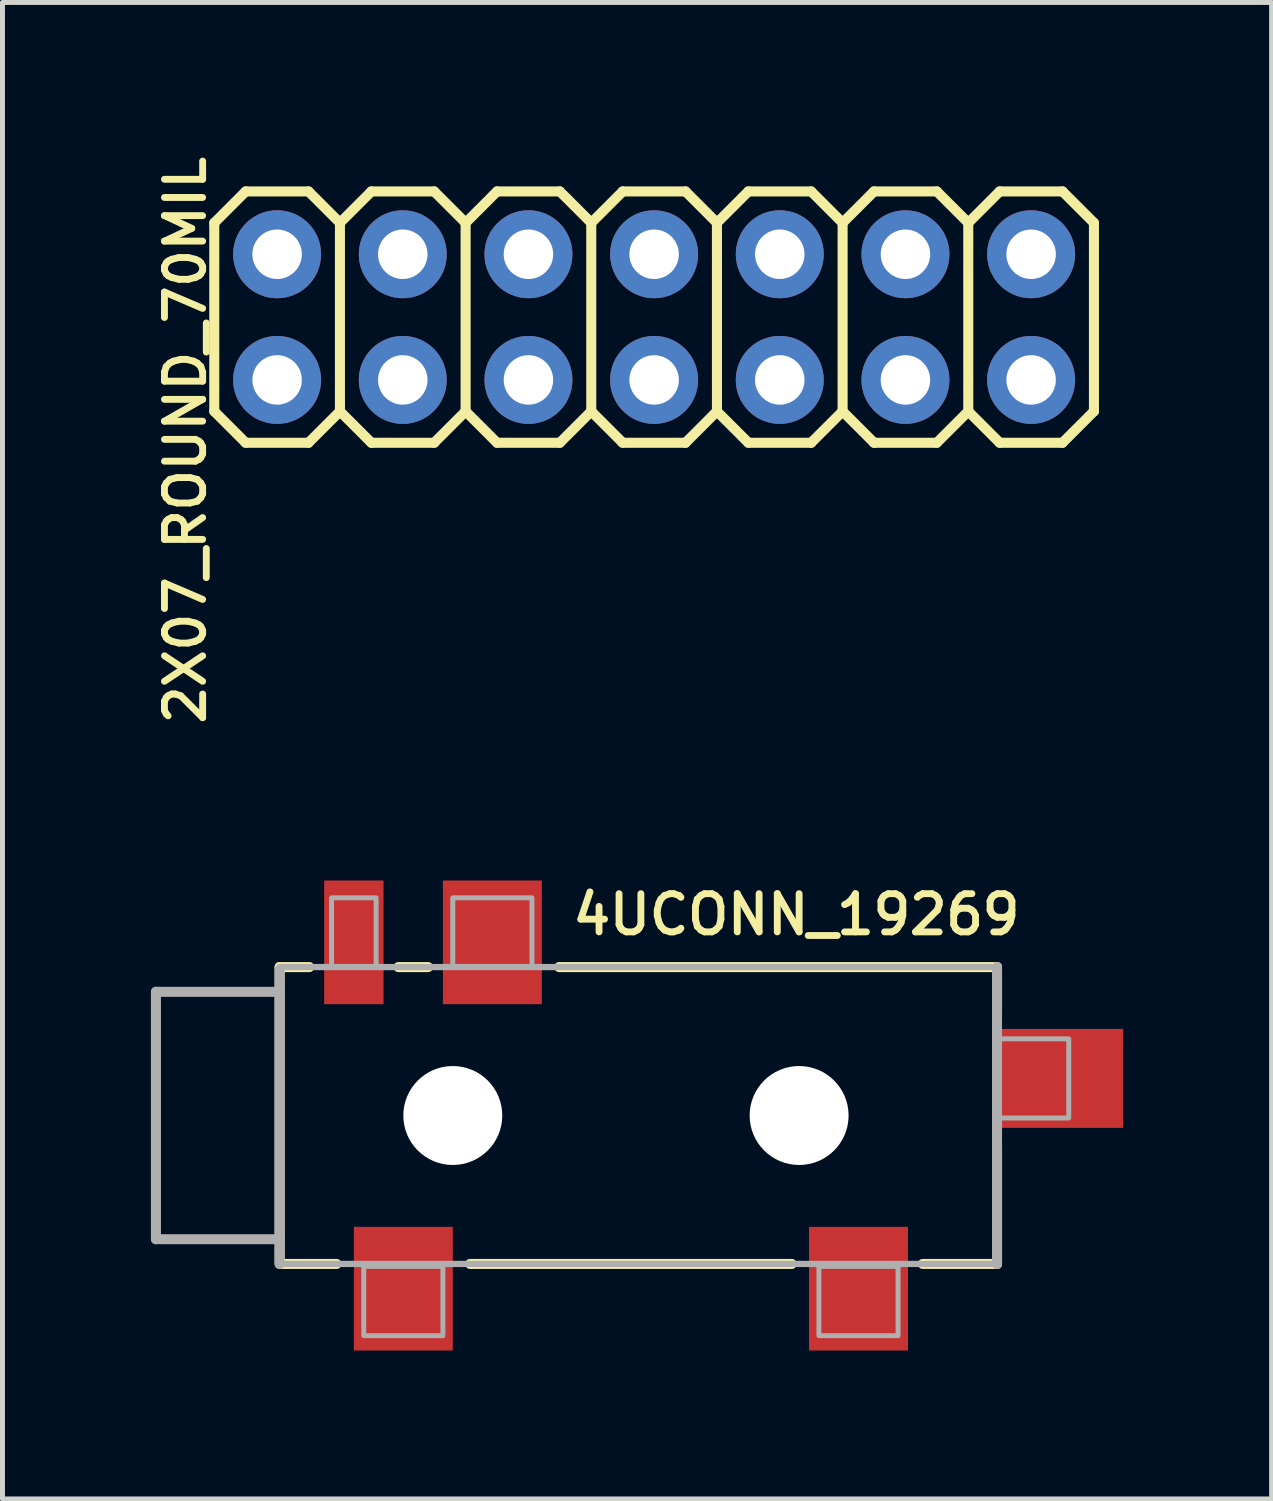
<source format=kicad_pcb>
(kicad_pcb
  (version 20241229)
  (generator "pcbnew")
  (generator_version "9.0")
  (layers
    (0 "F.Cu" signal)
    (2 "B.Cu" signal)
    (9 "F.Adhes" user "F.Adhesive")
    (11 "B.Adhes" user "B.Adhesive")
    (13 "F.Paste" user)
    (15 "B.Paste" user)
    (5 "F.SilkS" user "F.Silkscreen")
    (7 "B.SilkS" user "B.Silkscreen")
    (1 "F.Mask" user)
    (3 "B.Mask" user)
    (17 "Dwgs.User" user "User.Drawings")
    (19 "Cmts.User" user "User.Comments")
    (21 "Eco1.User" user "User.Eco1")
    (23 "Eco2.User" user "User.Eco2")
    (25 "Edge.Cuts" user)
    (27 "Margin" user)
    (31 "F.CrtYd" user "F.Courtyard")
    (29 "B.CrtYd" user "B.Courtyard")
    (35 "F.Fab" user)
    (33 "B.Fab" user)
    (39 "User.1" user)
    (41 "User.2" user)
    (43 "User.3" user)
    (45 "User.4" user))
  (footprint "2X07_ROUND_70MIL"
    (layer "F.Cu")
    (at 10.171 3.359)
    (property "Reference" "2X07_ROUND_70MIL" (at -9.475 2.49 270) (layer "F.SilkS") (effects (font (size 0.772 0.772) (thickness 0.139))))
    (attr through_hole)
    (fp_line (start -8.89 -1.905) (end -8.255 -2.54) (stroke (width 0.203) (type solid)) (layer "F.SilkS"))
    (fp_line (start -8.89 1.905) (end -8.89 -1.905) (stroke (width 0.203) (type solid)) (layer "F.SilkS"))
    (fp_line (start -8.89 1.905) (end -8.255 2.54) (stroke (width 0.203) (type solid)) (layer "F.SilkS"))
    (fp_line (start -8.255 -2.54) (end -6.985 -2.54) (stroke (width 0.203) (type solid)) (layer "F.SilkS"))
    (fp_line (start -8.255 2.54) (end -6.985 2.54) (stroke (width 0.203) (type solid)) (layer "F.SilkS"))
    (fp_line (start -6.985 -2.54) (end -6.35 -1.905) (stroke (width 0.203) (type solid)) (layer "F.SilkS"))
    (fp_line (start -6.985 2.54) (end -6.35 1.905) (stroke (width 0.203) (type solid)) (layer "F.SilkS"))
    (fp_line (start -6.35 -1.905) (end -6.35 1.905) (stroke (width 0.203) (type solid)) (layer "F.SilkS"))
    (fp_line (start -6.35 -1.905) (end -5.715 -2.54) (stroke (width 0.203) (type solid)) (layer "F.SilkS"))
    (fp_line (start -6.35 1.905) (end -5.715 2.54) (stroke (width 0.203) (type solid)) (layer "F.SilkS"))
    (fp_line (start -5.715 -2.54) (end -4.445 -2.54) (stroke (width 0.203) (type solid)) (layer "F.SilkS"))
    (fp_line (start -5.715 2.54) (end -4.445 2.54) (stroke (width 0.203) (type solid)) (layer "F.SilkS"))
    (fp_line (start -4.445 -2.54) (end -3.81 -1.905) (stroke (width 0.203) (type solid)) (layer "F.SilkS"))
    (fp_line (start -4.445 2.54) (end -3.81 1.905) (stroke (width 0.203) (type solid)) (layer "F.SilkS"))
    (fp_line (start -3.81 -1.905) (end -3.81 1.905) (stroke (width 0.203) (type solid)) (layer "F.SilkS"))
    (fp_line (start -3.81 -1.905) (end -3.175 -2.54) (stroke (width 0.203) (type solid)) (layer "F.SilkS"))
    (fp_line (start -3.81 1.905) (end -3.175 2.54) (stroke (width 0.203) (type solid)) (layer "F.SilkS"))
    (fp_line (start -3.175 -2.54) (end -1.905 -2.54) (stroke (width 0.203) (type solid)) (layer "F.SilkS"))
    (fp_line (start -3.175 2.54) (end -1.905 2.54) (stroke (width 0.203) (type solid)) (layer "F.SilkS"))
    (fp_line (start -1.905 -2.54) (end -1.27 -1.905) (stroke (width 0.203) (type solid)) (layer "F.SilkS"))
    (fp_line (start -1.905 2.54) (end -1.27 1.905) (stroke (width 0.203) (type solid)) (layer "F.SilkS"))
    (fp_line (start -1.27 -1.905) (end -1.27 1.905) (stroke (width 0.203) (type solid)) (layer "F.SilkS"))
    (fp_line (start -1.27 -1.905) (end -0.635 -2.54) (stroke (width 0.203) (type solid)) (layer "F.SilkS"))
    (fp_line (start -1.27 1.905) (end -0.635 2.54) (stroke (width 0.203) (type solid)) (layer "F.SilkS"))
    (fp_line (start -0.635 -2.54) (end 0.635 -2.54) (stroke (width 0.203) (type solid)) (layer "F.SilkS"))
    (fp_line (start -0.635 2.54) (end 0.635 2.54) (stroke (width 0.203) (type solid)) (layer "F.SilkS"))
    (fp_line (start 0.635 -2.54) (end 1.27 -1.905) (stroke (width 0.203) (type solid)) (layer "F.SilkS"))
    (fp_line (start 0.635 2.54) (end 1.27 1.905) (stroke (width 0.203) (type solid)) (layer "F.SilkS"))
    (fp_line (start 1.27 -1.905) (end 1.27 1.905) (stroke (width 0.203) (type solid)) (layer "F.SilkS"))
    (fp_line (start 1.27 -1.905) (end 1.905 -2.54) (stroke (width 0.203) (type solid)) (layer "F.SilkS"))
    (fp_line (start 1.27 1.905) (end 1.905 2.54) (stroke (width 0.203) (type solid)) (layer "F.SilkS"))
    (fp_line (start 1.905 -2.54) (end 3.175 -2.54) (stroke (width 0.203) (type solid)) (layer "F.SilkS"))
    (fp_line (start 1.905 2.54) (end 3.175 2.54) (stroke (width 0.203) (type solid)) (layer "F.SilkS"))
    (fp_line (start 3.175 -2.54) (end 3.81 -1.905) (stroke (width 0.203) (type solid)) (layer "F.SilkS"))
    (fp_line (start 3.175 2.54) (end 3.81 1.905) (stroke (width 0.203) (type solid)) (layer "F.SilkS"))
    (fp_line (start 3.81 -1.905) (end 3.81 1.905) (stroke (width 0.203) (type solid)) (layer "F.SilkS"))
    (fp_line (start 3.81 -1.905) (end 4.445 -2.54) (stroke (width 0.203) (type solid)) (layer "F.SilkS"))
    (fp_line (start 3.81 1.905) (end 4.445 2.54) (stroke (width 0.203) (type solid)) (layer "F.SilkS"))
    (fp_line (start 4.445 -2.54) (end 5.715 -2.54) (stroke (width 0.203) (type solid)) (layer "F.SilkS"))
    (fp_line (start 4.445 2.54) (end 5.715 2.54) (stroke (width 0.203) (type solid)) (layer "F.SilkS"))
    (fp_line (start 5.715 -2.54) (end 6.35 -1.905) (stroke (width 0.203) (type solid)) (layer "F.SilkS"))
    (fp_line (start 5.715 2.54) (end 6.35 1.905) (stroke (width 0.203) (type solid)) (layer "F.SilkS"))
    (fp_line (start 6.35 -1.905) (end 6.35 1.905) (stroke (width 0.203) (type solid)) (layer "F.SilkS"))
    (fp_line (start 6.35 -1.905) (end 6.985 -2.54) (stroke (width 0.203) (type solid)) (layer "F.SilkS"))
    (fp_line (start 6.35 1.905) (end 6.985 2.54) (stroke (width 0.203) (type solid)) (layer "F.SilkS"))
    (fp_line (start 6.985 -2.54) (end 8.255 -2.54) (stroke (width 0.203) (type solid)) (layer "F.SilkS"))
    (fp_line (start 6.985 2.54) (end 8.255 2.54) (stroke (width 0.203) (type solid)) (layer "F.SilkS"))
    (fp_line (start 8.255 -2.54) (end 8.89 -1.905) (stroke (width 0.203) (type solid)) (layer "F.SilkS"))
    (fp_line (start 8.255 2.54) (end 8.89 1.905) (stroke (width 0.203) (type solid)) (layer "F.SilkS"))
    (fp_line (start 8.89 -1.905) (end 8.89 1.905) (stroke (width 0.203) (type solid)) (layer "F.SilkS"))
    (fp_poly (pts (xy -7.874 -1.016) (xy -7.366 -1.016) (xy -7.366 -1.524) (xy -7.874 -1.524)) (stroke (width 0.1) (type solid)) (fill no) (layer "F.Fab"))
    (fp_poly (pts (xy -7.874 1.524) (xy -7.366 1.524) (xy -7.366 1.016) (xy -7.874 1.016)) (stroke (width 0.1) (type solid)) (fill no) (layer "F.Fab"))
    (fp_poly (pts (xy -5.334 -1.016) (xy -4.826 -1.016) (xy -4.826 -1.524) (xy -5.334 -1.524)) (stroke (width 0.1) (type solid)) (fill no) (layer "F.Fab"))
    (fp_poly (pts (xy -5.334 1.524) (xy -4.826 1.524) (xy -4.826 1.016) (xy -5.334 1.016)) (stroke (width 0.1) (type solid)) (fill no) (layer "F.Fab"))
    (fp_poly (pts (xy -2.794 -1.016) (xy -2.286 -1.016) (xy -2.286 -1.524) (xy -2.794 -1.524)) (stroke (width 0.1) (type solid)) (fill no) (layer "F.Fab"))
    (fp_poly (pts (xy -2.794 1.524) (xy -2.286 1.524) (xy -2.286 1.016) (xy -2.794 1.016)) (stroke (width 0.1) (type solid)) (fill no) (layer "F.Fab"))
    (fp_poly (pts (xy -0.254 -1.016) (xy 0.254 -1.016) (xy 0.254 -1.524) (xy -0.254 -1.524)) (stroke (width 0.1) (type solid)) (fill no) (layer "F.Fab"))
    (fp_poly (pts (xy -0.254 1.524) (xy 0.254 1.524) (xy 0.254 1.016) (xy -0.254 1.016)) (stroke (width 0.1) (type solid)) (fill no) (layer "F.Fab"))
    (fp_poly (pts (xy 2.286 -1.016) (xy 2.794 -1.016) (xy 2.794 -1.524) (xy 2.286 -1.524)) (stroke (width 0.1) (type solid)) (fill no) (layer "F.Fab"))
    (fp_poly (pts (xy 2.286 1.524) (xy 2.794 1.524) (xy 2.794 1.016) (xy 2.286 1.016)) (stroke (width 0.1) (type solid)) (fill no) (layer "F.Fab"))
    (fp_poly (pts (xy 4.826 -1.016) (xy 5.334 -1.016) (xy 5.334 -1.524) (xy 4.826 -1.524)) (stroke (width 0.1) (type solid)) (fill no) (layer "F.Fab"))
    (fp_poly (pts (xy 4.826 1.524) (xy 5.334 1.524) (xy 5.334 1.016) (xy 4.826 1.016)) (stroke (width 0.1) (type solid)) (fill no) (layer "F.Fab"))
    (fp_poly (pts (xy 7.366 -1.016) (xy 7.874 -1.016) (xy 7.874 -1.524) (xy 7.366 -1.524)) (stroke (width 0.1) (type solid)) (fill no) (layer "F.Fab"))
    (fp_poly (pts (xy 7.366 1.524) (xy 7.874 1.524) (xy 7.874 1.016) (xy 7.366 1.016)) (stroke (width 0.1) (type solid)) (fill no) (layer "F.Fab"))
    (pad "1" thru_hole circle (at -7.62 1.27) (size 1.778 1.778) (drill 1) (layers "*.Cu" "*.Mask"))
    (pad "2" thru_hole circle (at -7.62 -1.27) (size 1.778 1.778) (drill 1) (layers "*.Cu" "*.Mask"))
    (pad "3" thru_hole circle (at -5.08 1.27) (size 1.778 1.778) (drill 1) (layers "*.Cu" "*.Mask"))
    (pad "4" thru_hole circle (at -5.08 -1.27) (size 1.778 1.778) (drill 1) (layers "*.Cu" "*.Mask"))
    (pad "5" thru_hole circle (at -2.54 1.27) (size 1.778 1.778) (drill 1) (layers "*.Cu" "*.Mask"))
    (pad "6" thru_hole circle (at -2.54 -1.27) (size 1.778 1.778) (drill 1) (layers "*.Cu" "*.Mask"))
    (pad "7" thru_hole circle (at 0 1.27) (size 1.778 1.778) (drill 1) (layers "*.Cu" "*.Mask"))
    (pad "8" thru_hole circle (at 0 -1.27) (size 1.778 1.778) (drill 1) (layers "*.Cu" "*.Mask"))
    (pad "9" thru_hole circle (at 2.54 1.27) (size 1.778 1.778) (drill 1) (layers "*.Cu" "*.Mask"))
    (pad "10" thru_hole circle (at 2.54 -1.27) (size 1.778 1.778) (drill 1) (layers "*.Cu" "*.Mask"))
    (pad "11" thru_hole circle (at 5.08 1.27) (size 1.778 1.778) (drill 1) (layers "*.Cu" "*.Mask"))
    (pad "12" thru_hole circle (at 5.08 -1.27) (size 1.778 1.778) (drill 1) (layers "*.Cu" "*.Mask"))
    (pad "13" thru_hole circle (at 7.62 1.27) (size 1.778 1.778) (drill 1) (layers "*.Cu" "*.Mask"))
    (pad "14" thru_hole circle (at 7.62 -1.27) (size 1.778 1.778) (drill 1) (layers "*.Cu" "*.Mask")))
  (footprint "4UCONN_19269"
    (layer "F.Cu")
    (at 2.602 19.497)
    (property "Reference" "4UCONN_19269" (at 5.85 -3.61 0) (layer "F.SilkS") (effects (font (size 0.772 0.772) (thickness 0.139)) (justify left bottom)))
    (attr through_hole)
    (fp_line (start 0 -3) (end 0 3) (stroke (width 0.203) (type solid)) (layer "F.SilkS"))
    (fp_line (start 0 -3) (end 0.6 -3) (stroke (width 0.203) (type solid)) (layer "F.SilkS"))
    (fp_line (start 0.05 3) (end 1.15 3) (stroke (width 0.203) (type solid)) (layer "F.SilkS"))
    (fp_line (start 2.4 -3) (end 3 -3) (stroke (width 0.203) (type solid)) (layer "F.SilkS"))
    (fp_line (start 3.85 3) (end 10.35 3) (stroke (width 0.203) (type solid)) (layer "F.SilkS"))
    (fp_line (start 14.5 -3) (end 5.65 -3) (stroke (width 0.203) (type solid)) (layer "F.SilkS"))
    (fp_line (start 14.5 -3) (end 14.5 -2.1) (stroke (width 0.203) (type solid)) (layer "F.SilkS"))
    (fp_line (start 14.5 3) (end 13 3) (stroke (width 0.203) (type solid)) (layer "F.SilkS"))
    (fp_line (start 14.5 3) (end 14.5 0.6) (stroke (width 0.203) (type solid)) (layer "F.SilkS"))
    (fp_line (start -2.5 -2.5) (end -2.5 2.5) (stroke (width 0.203) (type solid)) (layer "F.Fab"))
    (fp_line (start -2.5 2.5) (end 0 2.5) (stroke (width 0.203) (type solid)) (layer "F.Fab"))
    (fp_line (start 0 -3) (end 14.5 -3) (stroke (width 0.127) (type solid)) (layer "F.Fab"))
    (fp_line (start 0 -2.5) (end -2.5 -2.5) (stroke (width 0.203) (type solid)) (layer "F.Fab"))
    (fp_line (start 0 -2.5) (end 0 -2.95) (stroke (width 0.203) (type solid)) (layer "F.Fab"))
    (fp_line (start 0 2.5) (end 0 -2.5) (stroke (width 0.203) (type solid)) (layer "F.Fab"))
    (fp_line (start 0 3) (end 0 2.5) (stroke (width 0.203) (type solid)) (layer "F.Fab"))
    (fp_line (start 14.5 -3) (end 14.5 3) (stroke (width 0.203) (type solid)) (layer "F.Fab"))
    (fp_line (start 14.5 3) (end 0 3) (stroke (width 0.127) (type solid)) (layer "F.Fab"))
    (fp_poly (pts (xy 1.05 -3) (xy 1.95 -3) (xy 1.95 -4.4) (xy 1.05 -4.4)) (stroke (width 0.1) (type solid)) (fill no) (layer "F.Fab"))
    (fp_poly (pts (xy 1.7 4.45) (xy 3.3 4.45) (xy 3.3 3.05) (xy 1.7 3.05)) (stroke (width 0.1) (type solid)) (fill no) (layer "F.Fab"))
    (fp_poly (pts (xy 3.5 -3) (xy 5.1 -3) (xy 5.1 -4.4) (xy 3.5 -4.4)) (stroke (width 0.1) (type solid)) (fill no) (layer "F.Fab"))
    (fp_poly (pts (xy 10.9 4.45) (xy 12.5 4.45) (xy 12.5 3.05) (xy 10.9 3.05)) (stroke (width 0.1) (type solid)) (fill no) (layer "F.Fab"))
    (fp_poly (pts (xy 15.95 0.05) (xy 15.95 -1.55) (xy 14.55 -1.55) (xy 14.55 0.05)) (stroke (width 0.1) (type solid)) (fill no) (layer "F.Fab"))
    (pad "" np_thru_hole circle (at 3.5 0) (size 2 2) (drill 2) (layers "*.Cu" "*.Mask"))
    (pad "" np_thru_hole circle (at 10.5 0) (size 2 2) (drill 2) (layers "*.Cu" "*.Mask"))
    (pad "1" smd rect (at 2.5 3.5) (size 2 2.5) (layers "F.Cu" "F.Mask" "F.Paste"))
    (pad "2" smd rect (at 11.7 3.5) (size 2 2.5) (layers "F.Cu" "F.Mask" "F.Paste"))
    (pad "3" smd rect (at 4.3 -3.5) (size 2 2.5) (layers "F.Cu" "F.Mask" "F.Paste"))
    (pad "4" smd rect (at 15.8 -0.75 90) (size 2 2.5) (layers "F.Cu" "F.Mask" "F.Paste"))
    (pad "5" smd rect (at 1.5 -3.5) (size 1.2 2.5) (layers "F.Cu" "F.Mask" "F.Paste")))
  (gr_rect
    (start -3 -3)
    (end 22.652 27.247)
    (stroke (width 0.1) (type default))
    (fill no)
    (layer "Edge.Cuts")))
</source>
